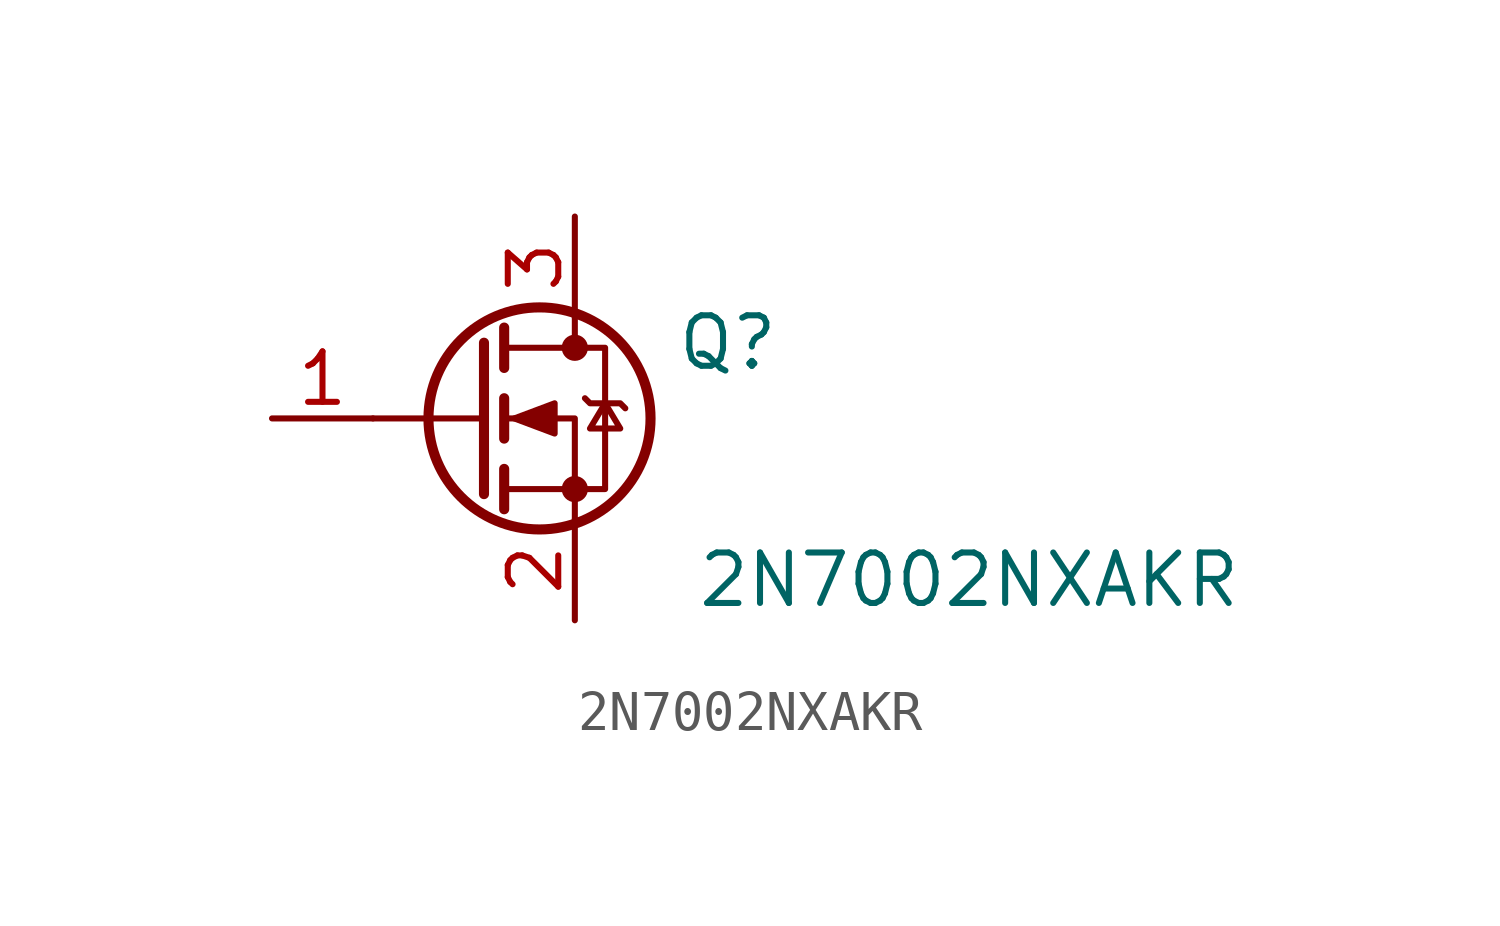
<source format=kicad_sym>
(kicad_symbol_lib
  (version 20241209)
  (generator "kicad_symbol_editor")
  (generator_version "9.0")
  (symbol "2N7002NXAKR"
    (pin_names
      (hide yes))
    (property "Reference" "Q"
      (at 5.08 1.905 0)
      (effects (font (size 1.27 1.27)) (justify left)))
    (property "Value" "2N7002NXAKR"
      (at 5.588 -4.064 0)
      (effects (font (size 1.27 1.27)) (justify left)))
    (symbol "2N7002NXAKR_0_1"
      (polyline (pts (xy 0.254 1.905) (xy 0.254 -1.905)) (stroke (width 0.254) (type default)) (fill (type none)))
      (polyline (pts (xy 0.254 0) (xy -2.54 0)) (stroke (width 0) (type default)) (fill (type none)))
      (polyline (pts (xy 0.762 2.286) (xy 0.762 1.27)) (stroke (width 0.254) (type default)) (fill (type none)))
      (polyline (pts (xy 0.762 0.508) (xy 0.762 -0.508)) (stroke (width 0.254) (type default)) (fill (type none)))
      (polyline (pts (xy 0.762 -1.27) (xy 0.762 -2.286)) (stroke (width 0.254) (type default)) (fill (type none)))
      (polyline (pts (xy 0.762 -1.778) (xy 3.302 -1.778) (xy 3.302 1.778) (xy 0.762 1.778)) (stroke (width 0) (type default)) (fill (type none)))
      (polyline (pts (xy 1.016 0) (xy 2.032 0.381) (xy 2.032 -0.381) (xy 1.016 0)) (stroke (width 0) (type default)) (fill (type outline)))
      (circle (center 1.651 0) (radius 2.794) (stroke (width 0.254) (type default)) (fill (type none)))
      (polyline (pts (xy 2.54 2.54) (xy 2.54 1.778)) (stroke (width 0) (type default)) (fill (type none)))
      (circle (center 2.54 1.778) (radius 0.254) (stroke (width 0) (type default)) (fill (type outline)))
      (circle (center 2.54 -1.778) (radius 0.254) (stroke (width 0) (type default)) (fill (type outline)))
      (polyline (pts (xy 2.54 -2.54) (xy 2.54 0) (xy 0.762 0)) (stroke (width 0) (type default)) (fill (type none)))
      (polyline (pts (xy 2.794 0.508) (xy 2.921 0.381) (xy 3.683 0.381) (xy 3.81 0.254)) (stroke (width 0) (type default)) (fill (type none)))
      (polyline (pts (xy 3.302 0.381) (xy 2.921 -0.254) (xy 3.683 -0.254) (xy 3.302 0.381)) (stroke (width 0) (type default)) (fill (type none))))
    (symbol "2N7002NXAKR_1_1"
      (pin input line (at -5.08 0 0) (length 2.54) (name "G" (effects (font (size 1.27 1.27)))) (number "1" (effects (font (size 1.27 1.27)))))
      (pin passive line (at 2.54 5.08 270) (length 2.54) (name "D" (effects (font (size 1.27 1.27)))) (number "3" (effects (font (size 1.27 1.27)))))
      (pin passive line (at 2.54 -5.08 90) (length 2.54) (name "S" (effects (font (size 1.27 1.27)))) (number "2" (effects (font (size 1.27 1.27))))))))
</source>
